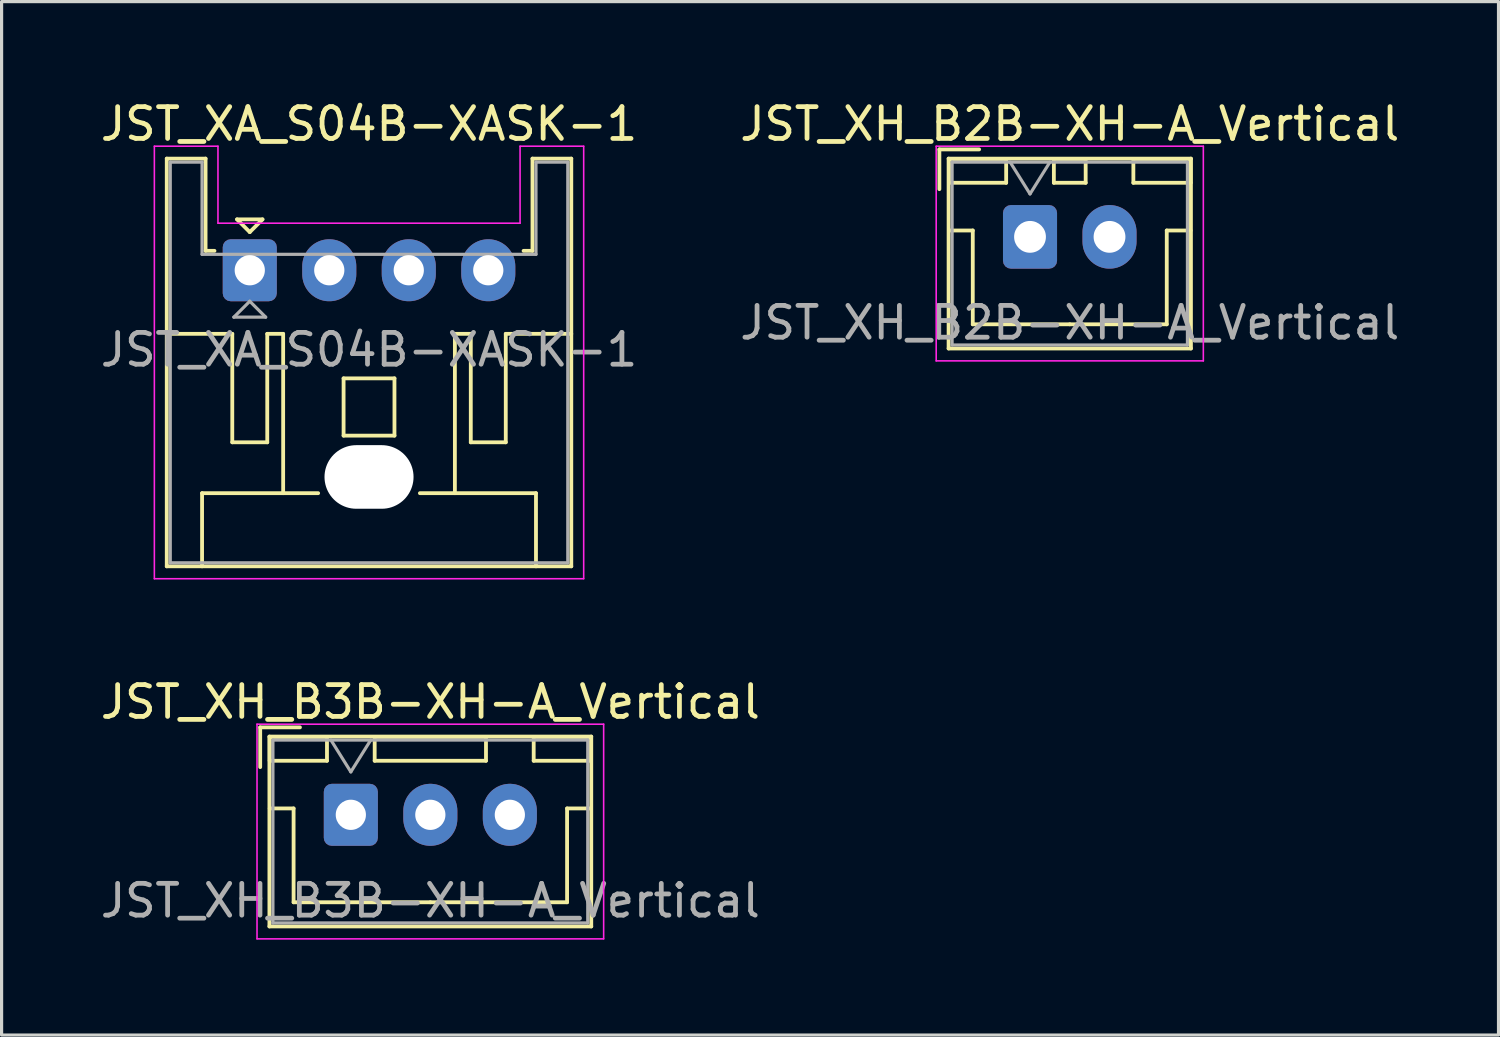
<source format=kicad_pcb>
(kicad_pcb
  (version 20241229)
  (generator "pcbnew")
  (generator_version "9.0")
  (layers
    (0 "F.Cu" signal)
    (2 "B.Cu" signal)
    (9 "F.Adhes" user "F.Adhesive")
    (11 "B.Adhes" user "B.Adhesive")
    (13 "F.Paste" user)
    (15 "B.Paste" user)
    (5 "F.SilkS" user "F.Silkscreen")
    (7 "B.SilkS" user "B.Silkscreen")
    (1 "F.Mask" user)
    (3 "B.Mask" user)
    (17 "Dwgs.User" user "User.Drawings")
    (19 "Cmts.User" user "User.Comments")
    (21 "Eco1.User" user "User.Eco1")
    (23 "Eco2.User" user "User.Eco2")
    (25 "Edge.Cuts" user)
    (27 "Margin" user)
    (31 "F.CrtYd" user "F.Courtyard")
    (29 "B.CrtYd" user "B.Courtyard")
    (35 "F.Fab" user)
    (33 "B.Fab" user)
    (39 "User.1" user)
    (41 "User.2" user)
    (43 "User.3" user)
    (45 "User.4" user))
  (footprint "JST_XA_S04B-XASK-1"
    (layer "F.Cu")
    (at 4.804 5.448)
    (property "Reference" "JST_XA_S04B-XASK-1" (at 3.75 -4.6 0) (layer "F.SilkS") (effects (font (size 1 1) (thickness 0.15))))
    (attr through_hole)
    (fp_line (start -2.61 -3.51) (end -2.61 9.31) (stroke (width 0.12) (type solid)) (layer "F.SilkS"))
    (fp_line (start -2.61 9.31) (end 10.11 9.31) (stroke (width 0.12) (type solid)) (layer "F.SilkS"))
    (fp_line (start -1.5 7.01) (end 2.15 7.01) (stroke (width 0.12) (type solid)) (layer "F.SilkS"))
    (fp_line (start -1.5 9.31) (end -1.5 7.01) (stroke (width 0.12) (type solid)) (layer "F.SilkS"))
    (fp_line (start -1.39 -3.51) (end -2.61 -3.51) (stroke (width 0.12) (type solid)) (layer "F.SilkS"))
    (fp_line (start -1.39 -0.61) (end -1.39 -3.51) (stroke (width 0.12) (type solid)) (layer "F.SilkS"))
    (fp_line (start -1.11 -0.61) (end -1.39 -0.61) (stroke (width 0.12) (type solid)) (layer "F.SilkS"))
    (fp_line (start -0.55 2) (end -2.61 2) (stroke (width 0.12) (type solid)) (layer "F.SilkS"))
    (fp_line (start -0.55 5.41) (end -0.55 2) (stroke (width 0.12) (type solid)) (layer "F.SilkS"))
    (fp_line (start -0.4 -1.6) (end 0.4 -1.6) (stroke (width 0.12) (type solid)) (layer "F.SilkS"))
    (fp_line (start 0 -1.2) (end -0.4 -1.6) (stroke (width 0.12) (type solid)) (layer "F.SilkS"))
    (fp_line (start 0.4 -1.6) (end 0 -1.2) (stroke (width 0.12) (type solid)) (layer "F.SilkS"))
    (fp_line (start 0.55 2) (end 0.55 5.41) (stroke (width 0.12) (type solid)) (layer "F.SilkS"))
    (fp_line (start 0.55 5.41) (end -0.55 5.41) (stroke (width 0.12) (type solid)) (layer "F.SilkS"))
    (fp_line (start 1.05 2) (end 0.55 2) (stroke (width 0.12) (type solid)) (layer "F.SilkS"))
    (fp_line (start 1.05 7.01) (end 1.05 2) (stroke (width 0.12) (type solid)) (layer "F.SilkS"))
    (fp_line (start 2.95 3.4) (end 4.55 3.4) (stroke (width 0.12) (type solid)) (layer "F.SilkS"))
    (fp_line (start 2.95 5.2) (end 2.95 3.4) (stroke (width 0.12) (type solid)) (layer "F.SilkS"))
    (fp_line (start 4.55 3.4) (end 4.55 5.2) (stroke (width 0.12) (type solid)) (layer "F.SilkS"))
    (fp_line (start 4.55 5.2) (end 2.95 5.2) (stroke (width 0.12) (type solid)) (layer "F.SilkS"))
    (fp_line (start 5.35 7.01) (end 9 7.01) (stroke (width 0.12) (type solid)) (layer "F.SilkS"))
    (fp_line (start 6.45 2) (end 6.95 2) (stroke (width 0.12) (type solid)) (layer "F.SilkS"))
    (fp_line (start 6.45 7.01) (end 6.45 2) (stroke (width 0.12) (type solid)) (layer "F.SilkS"))
    (fp_line (start 6.95 2) (end 6.95 5.41) (stroke (width 0.12) (type solid)) (layer "F.SilkS"))
    (fp_line (start 6.95 5.41) (end 8.05 5.41) (stroke (width 0.12) (type solid)) (layer "F.SilkS"))
    (fp_line (start 8.05 2) (end 10.11 2) (stroke (width 0.12) (type solid)) (layer "F.SilkS"))
    (fp_line (start 8.05 5.41) (end 8.05 2) (stroke (width 0.12) (type solid)) (layer "F.SilkS"))
    (fp_line (start 8.89 -3.51) (end 8.89 -0.61) (stroke (width 0.12) (type solid)) (layer "F.SilkS"))
    (fp_line (start 8.89 -0.61) (end 8.61 -0.61) (stroke (width 0.12) (type solid)) (layer "F.SilkS"))
    (fp_line (start 9 7.01) (end 9 9.31) (stroke (width 0.12) (type solid)) (layer "F.SilkS"))
    (fp_line (start 10.11 -3.51) (end 8.89 -3.51) (stroke (width 0.12) (type solid)) (layer "F.SilkS"))
    (fp_line (start 10.11 9.31) (end 10.11 -3.51) (stroke (width 0.12) (type solid)) (layer "F.SilkS"))
    (fp_line (start -3 -3.9) (end -3 9.7) (stroke (width 0.05) (type solid)) (layer "F.CrtYd"))
    (fp_line (start -3 9.7) (end 10.5 9.7) (stroke (width 0.05) (type solid)) (layer "F.CrtYd"))
    (fp_line (start -1 -3.9) (end -3 -3.9) (stroke (width 0.05) (type solid)) (layer "F.CrtYd"))
    (fp_line (start -1 -1.48) (end -1 -3.9) (stroke (width 0.05) (type solid)) (layer "F.CrtYd"))
    (fp_line (start 8.5 -3.9) (end 8.5 -1.48) (stroke (width 0.05) (type solid)) (layer "F.CrtYd"))
    (fp_line (start 8.5 -1.48) (end -1 -1.48) (stroke (width 0.05) (type solid)) (layer "F.CrtYd"))
    (fp_line (start 10.5 -3.9) (end 8.5 -3.9) (stroke (width 0.05) (type solid)) (layer "F.CrtYd"))
    (fp_line (start 10.5 9.7) (end 10.5 -3.9) (stroke (width 0.05) (type solid)) (layer "F.CrtYd"))
    (fp_line (start -2.5 -3.4) (end -2.5 9.2) (stroke (width 0.1) (type solid)) (layer "F.Fab"))
    (fp_line (start -2.5 9.2) (end 10 9.2) (stroke (width 0.1) (type solid)) (layer "F.Fab"))
    (fp_line (start -1.5 -3.4) (end -2.5 -3.4) (stroke (width 0.1) (type solid)) (layer "F.Fab"))
    (fp_line (start -1.5 -0.5) (end -1.5 -3.4) (stroke (width 0.1) (type solid)) (layer "F.Fab"))
    (fp_line (start -0.5 1.475) (end 0.5 1.475) (stroke (width 0.1) (type solid)) (layer "F.Fab"))
    (fp_line (start 0 0.975) (end -0.5 1.475) (stroke (width 0.1) (type solid)) (layer "F.Fab"))
    (fp_line (start 0.5 1.475) (end 0 0.975) (stroke (width 0.1) (type solid)) (layer "F.Fab"))
    (fp_line (start 9 -3.4) (end 9 -0.5) (stroke (width 0.1) (type solid)) (layer "F.Fab"))
    (fp_line (start 9 -0.5) (end -1.5 -0.5) (stroke (width 0.1) (type solid)) (layer "F.Fab"))
    (fp_line (start 10 -3.4) (end 9 -3.4) (stroke (width 0.1) (type solid)) (layer "F.Fab"))
    (fp_line (start 10 9.2) (end 10 -3.4) (stroke (width 0.1) (type solid)) (layer "F.Fab"))
    (fp_text user "${REFERENCE}" (at 3.75 2.5 0) (layer "F.Fab") (effects (font (size 1 1) (thickness 0.15))))
    (pad "" np_thru_hole oval (at 3.75 6.5) (size 2.8 2) (drill oval 2.8 2) (layers "*.Cu" "*.Mask"))
    (pad "1" thru_hole roundrect (at 0 0) (size 1.7 1.95) (drill 0.95) (layers "*.Cu" "*.Mask") (roundrect_rratio 0.147))
    (pad "2" thru_hole oval (at 2.5 0) (size 1.7 1.95) (drill 0.95) (layers "*.Cu" "*.Mask"))
    (pad "3" thru_hole oval (at 5 0) (size 1.7 1.95) (drill 0.95) (layers "*.Cu" "*.Mask"))
    (pad "4" thru_hole oval (at 7.5 0) (size 1.7 1.95) (drill 0.95) (layers "*.Cu" "*.Mask")))
  (footprint "JST_XH_B2B-XH-A_Vertical"
    (layer "F.Cu")
    (at 29.339 4.398)
    (property "Reference" "JST_XH_B2B-XH-A_Vertical" (at 1.25 -3.55 0) (layer "F.SilkS") (effects (font (size 1 1) (thickness 0.15))))
    (attr through_hole)
    (fp_line (start -2.85 -2.75) (end -2.85 -1.5) (stroke (width 0.12) (type solid)) (layer "F.SilkS"))
    (fp_line (start -2.56 -2.46) (end -2.56 3.51) (stroke (width 0.12) (type solid)) (layer "F.SilkS"))
    (fp_line (start -2.56 3.51) (end 5.06 3.51) (stroke (width 0.12) (type solid)) (layer "F.SilkS"))
    (fp_line (start -2.55 -2.45) (end -2.55 -1.7) (stroke (width 0.12) (type solid)) (layer "F.SilkS"))
    (fp_line (start -2.55 -1.7) (end -0.75 -1.7) (stroke (width 0.12) (type solid)) (layer "F.SilkS"))
    (fp_line (start -2.55 -0.2) (end -1.8 -0.2) (stroke (width 0.12) (type solid)) (layer "F.SilkS"))
    (fp_line (start -1.8 -0.2) (end -1.8 2.75) (stroke (width 0.12) (type solid)) (layer "F.SilkS"))
    (fp_line (start -1.8 2.75) (end 1.25 2.75) (stroke (width 0.12) (type solid)) (layer "F.SilkS"))
    (fp_line (start -1.6 -2.75) (end -2.85 -2.75) (stroke (width 0.12) (type solid)) (layer "F.SilkS"))
    (fp_line (start -0.75 -2.45) (end -2.55 -2.45) (stroke (width 0.12) (type solid)) (layer "F.SilkS"))
    (fp_line (start -0.75 -1.7) (end -0.75 -2.45) (stroke (width 0.12) (type solid)) (layer "F.SilkS"))
    (fp_line (start 0.75 -2.45) (end 0.75 -1.7) (stroke (width 0.12) (type solid)) (layer "F.SilkS"))
    (fp_line (start 0.75 -1.7) (end 1.75 -1.7) (stroke (width 0.12) (type solid)) (layer "F.SilkS"))
    (fp_line (start 1.75 -2.45) (end 0.75 -2.45) (stroke (width 0.12) (type solid)) (layer "F.SilkS"))
    (fp_line (start 1.75 -1.7) (end 1.75 -2.45) (stroke (width 0.12) (type solid)) (layer "F.SilkS"))
    (fp_line (start 3.25 -2.45) (end 3.25 -1.7) (stroke (width 0.12) (type solid)) (layer "F.SilkS"))
    (fp_line (start 3.25 -1.7) (end 5.05 -1.7) (stroke (width 0.12) (type solid)) (layer "F.SilkS"))
    (fp_line (start 4.3 -0.2) (end 4.3 2.75) (stroke (width 0.12) (type solid)) (layer "F.SilkS"))
    (fp_line (start 4.3 2.75) (end 1.25 2.75) (stroke (width 0.12) (type solid)) (layer "F.SilkS"))
    (fp_line (start 5.05 -2.45) (end 3.25 -2.45) (stroke (width 0.12) (type solid)) (layer "F.SilkS"))
    (fp_line (start 5.05 -1.7) (end 5.05 -2.45) (stroke (width 0.12) (type solid)) (layer "F.SilkS"))
    (fp_line (start 5.05 -0.2) (end 4.3 -0.2) (stroke (width 0.12) (type solid)) (layer "F.SilkS"))
    (fp_line (start 5.06 -2.46) (end -2.56 -2.46) (stroke (width 0.12) (type solid)) (layer "F.SilkS"))
    (fp_line (start 5.06 3.51) (end 5.06 -2.46) (stroke (width 0.12) (type solid)) (layer "F.SilkS"))
    (fp_line (start -2.95 -2.85) (end -2.95 3.9) (stroke (width 0.05) (type solid)) (layer "F.CrtYd"))
    (fp_line (start -2.95 3.9) (end 5.45 3.9) (stroke (width 0.05) (type solid)) (layer "F.CrtYd"))
    (fp_line (start 5.45 -2.85) (end -2.95 -2.85) (stroke (width 0.05) (type solid)) (layer "F.CrtYd"))
    (fp_line (start 5.45 3.9) (end 5.45 -2.85) (stroke (width 0.05) (type solid)) (layer "F.CrtYd"))
    (fp_line (start -2.45 -2.35) (end -2.45 3.4) (stroke (width 0.1) (type solid)) (layer "F.Fab"))
    (fp_line (start -2.45 3.4) (end 4.95 3.4) (stroke (width 0.1) (type solid)) (layer "F.Fab"))
    (fp_line (start -0.625 -2.35) (end 0 -1.35) (stroke (width 0.1) (type solid)) (layer "F.Fab"))
    (fp_line (start 0 -1.35) (end 0.625 -2.35) (stroke (width 0.1) (type solid)) (layer "F.Fab"))
    (fp_line (start 4.95 -2.35) (end -2.45 -2.35) (stroke (width 0.1) (type solid)) (layer "F.Fab"))
    (fp_line (start 4.95 3.4) (end 4.95 -2.35) (stroke (width 0.1) (type solid)) (layer "F.Fab"))
    (fp_text user "${REFERENCE}" (at 1.25 2.7 0) (layer "F.Fab") (effects (font (size 1 1) (thickness 0.15))))
    (pad "1" thru_hole roundrect (at 0 0) (size 1.7 2) (drill 1) (layers "*.Cu" "*.Mask") (roundrect_rratio 0.147))
    (pad "2" thru_hole oval (at 2.5 0) (size 1.7 2) (drill 1) (layers "*.Cu" "*.Mask")))
  (footprint "JST_XH_B3B-XH-A_Vertical"
    (layer "F.Cu")
    (at 7.982 22.572)
    (property "Reference" "JST_XH_B3B-XH-A_Vertical" (at 2.5 -3.55 0) (layer "F.SilkS") (effects (font (size 1 1) (thickness 0.15))))
    (attr through_hole)
    (fp_line (start -2.85 -2.75) (end -2.85 -1.5) (stroke (width 0.12) (type solid)) (layer "F.SilkS"))
    (fp_line (start -2.56 -2.46) (end -2.56 3.51) (stroke (width 0.12) (type solid)) (layer "F.SilkS"))
    (fp_line (start -2.56 3.51) (end 7.56 3.51) (stroke (width 0.12) (type solid)) (layer "F.SilkS"))
    (fp_line (start -2.55 -2.45) (end -2.55 -1.7) (stroke (width 0.12) (type solid)) (layer "F.SilkS"))
    (fp_line (start -2.55 -1.7) (end -0.75 -1.7) (stroke (width 0.12) (type solid)) (layer "F.SilkS"))
    (fp_line (start -2.55 -0.2) (end -1.8 -0.2) (stroke (width 0.12) (type solid)) (layer "F.SilkS"))
    (fp_line (start -1.8 -0.2) (end -1.8 2.75) (stroke (width 0.12) (type solid)) (layer "F.SilkS"))
    (fp_line (start -1.8 2.75) (end 2.5 2.75) (stroke (width 0.12) (type solid)) (layer "F.SilkS"))
    (fp_line (start -1.6 -2.75) (end -2.85 -2.75) (stroke (width 0.12) (type solid)) (layer "F.SilkS"))
    (fp_line (start -0.75 -2.45) (end -2.55 -2.45) (stroke (width 0.12) (type solid)) (layer "F.SilkS"))
    (fp_line (start -0.75 -1.7) (end -0.75 -2.45) (stroke (width 0.12) (type solid)) (layer "F.SilkS"))
    (fp_line (start 0.75 -2.45) (end 0.75 -1.7) (stroke (width 0.12) (type solid)) (layer "F.SilkS"))
    (fp_line (start 0.75 -1.7) (end 4.25 -1.7) (stroke (width 0.12) (type solid)) (layer "F.SilkS"))
    (fp_line (start 4.25 -2.45) (end 0.75 -2.45) (stroke (width 0.12) (type solid)) (layer "F.SilkS"))
    (fp_line (start 4.25 -1.7) (end 4.25 -2.45) (stroke (width 0.12) (type solid)) (layer "F.SilkS"))
    (fp_line (start 5.75 -2.45) (end 5.75 -1.7) (stroke (width 0.12) (type solid)) (layer "F.SilkS"))
    (fp_line (start 5.75 -1.7) (end 7.55 -1.7) (stroke (width 0.12) (type solid)) (layer "F.SilkS"))
    (fp_line (start 6.8 -0.2) (end 6.8 2.75) (stroke (width 0.12) (type solid)) (layer "F.SilkS"))
    (fp_line (start 6.8 2.75) (end 2.5 2.75) (stroke (width 0.12) (type solid)) (layer "F.SilkS"))
    (fp_line (start 7.55 -2.45) (end 5.75 -2.45) (stroke (width 0.12) (type solid)) (layer "F.SilkS"))
    (fp_line (start 7.55 -1.7) (end 7.55 -2.45) (stroke (width 0.12) (type solid)) (layer "F.SilkS"))
    (fp_line (start 7.55 -0.2) (end 6.8 -0.2) (stroke (width 0.12) (type solid)) (layer "F.SilkS"))
    (fp_line (start 7.56 -2.46) (end -2.56 -2.46) (stroke (width 0.12) (type solid)) (layer "F.SilkS"))
    (fp_line (start 7.56 3.51) (end 7.56 -2.46) (stroke (width 0.12) (type solid)) (layer "F.SilkS"))
    (fp_line (start -2.95 -2.85) (end -2.95 3.9) (stroke (width 0.05) (type solid)) (layer "F.CrtYd"))
    (fp_line (start -2.95 3.9) (end 7.95 3.9) (stroke (width 0.05) (type solid)) (layer "F.CrtYd"))
    (fp_line (start 7.95 -2.85) (end -2.95 -2.85) (stroke (width 0.05) (type solid)) (layer "F.CrtYd"))
    (fp_line (start 7.95 3.9) (end 7.95 -2.85) (stroke (width 0.05) (type solid)) (layer "F.CrtYd"))
    (fp_line (start -2.45 -2.35) (end -2.45 3.4) (stroke (width 0.1) (type solid)) (layer "F.Fab"))
    (fp_line (start -2.45 3.4) (end 7.45 3.4) (stroke (width 0.1) (type solid)) (layer "F.Fab"))
    (fp_line (start -0.625 -2.35) (end 0 -1.35) (stroke (width 0.1) (type solid)) (layer "F.Fab"))
    (fp_line (start 0 -1.35) (end 0.625 -2.35) (stroke (width 0.1) (type solid)) (layer "F.Fab"))
    (fp_line (start 7.45 -2.35) (end -2.45 -2.35) (stroke (width 0.1) (type solid)) (layer "F.Fab"))
    (fp_line (start 7.45 3.4) (end 7.45 -2.35) (stroke (width 0.1) (type solid)) (layer "F.Fab"))
    (fp_text user "${REFERENCE}" (at 2.5 2.7 0) (layer "F.Fab") (effects (font (size 1 1) (thickness 0.15))))
    (pad "1" thru_hole roundrect (at 0 0) (size 1.7 1.95) (drill 0.95) (layers "*.Cu" "*.Mask") (roundrect_rratio 0.147))
    (pad "2" thru_hole oval (at 2.5 0) (size 1.7 1.95) (drill 0.95) (layers "*.Cu" "*.Mask"))
    (pad "3" thru_hole oval (at 5 0) (size 1.7 1.95) (drill 0.95) (layers "*.Cu" "*.Mask")))
  (gr_rect
    (start -3 -3)
    (end 44.071 29.497)
    (stroke (width 0.1) (type default))
    (fill no)
    (layer "Edge.Cuts")))
</source>
